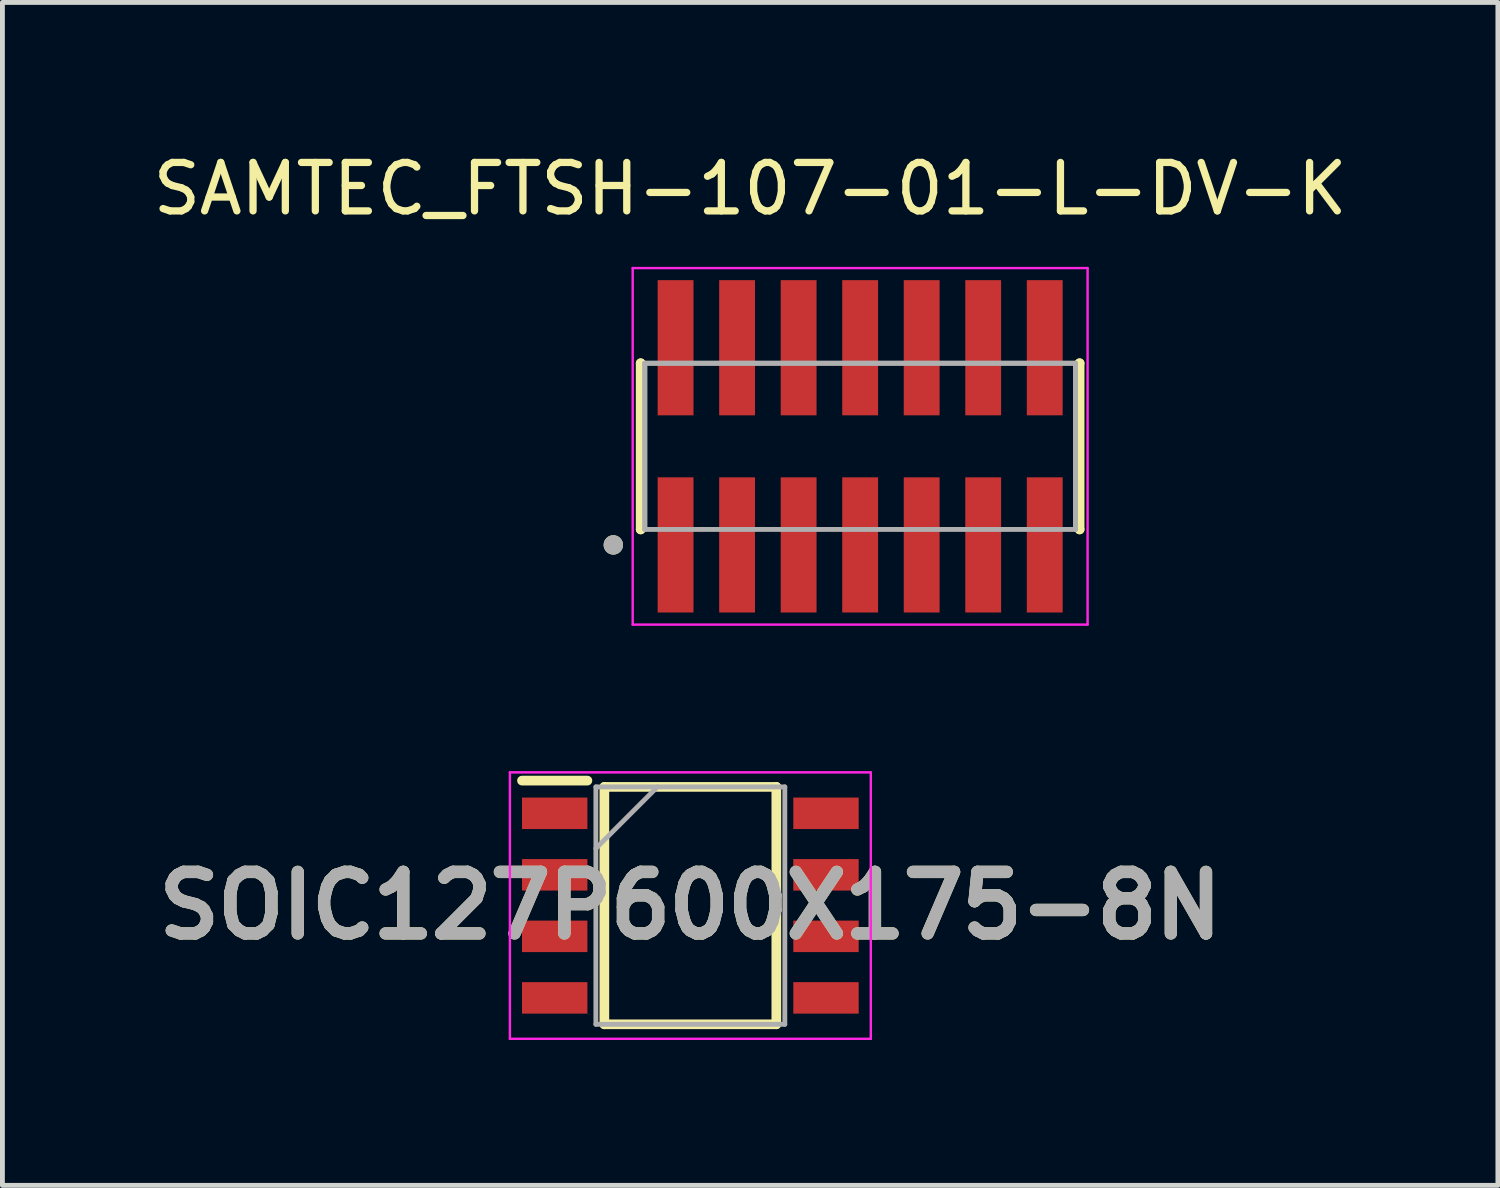
<source format=kicad_pcb>
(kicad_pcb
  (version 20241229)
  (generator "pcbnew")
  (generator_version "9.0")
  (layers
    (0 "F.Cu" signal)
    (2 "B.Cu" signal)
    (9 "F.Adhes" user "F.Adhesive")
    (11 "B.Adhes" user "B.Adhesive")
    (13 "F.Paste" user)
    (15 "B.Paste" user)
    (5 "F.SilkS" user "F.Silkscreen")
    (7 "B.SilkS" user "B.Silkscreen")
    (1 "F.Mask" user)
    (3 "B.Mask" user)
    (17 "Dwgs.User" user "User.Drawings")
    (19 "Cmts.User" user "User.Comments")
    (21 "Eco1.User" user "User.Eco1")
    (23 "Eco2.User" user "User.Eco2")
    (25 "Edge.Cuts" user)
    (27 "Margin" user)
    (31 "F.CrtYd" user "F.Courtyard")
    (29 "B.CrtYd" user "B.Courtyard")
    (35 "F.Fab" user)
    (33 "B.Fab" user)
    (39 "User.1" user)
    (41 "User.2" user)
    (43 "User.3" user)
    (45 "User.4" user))
  (footprint "SAMTEC_FTSH-107-01-L-DV-K"
    (layer "F.Cu")
    (at 14.705 6.163)
    (property "Reference" "SAMTEC_FTSH-107-01-L-DV-K" (at -2.27 -5.315 0) (layer "F.SilkS") (effects (font (size 1 1) (thickness 0.15))))
    (attr smd)
    (fp_line (start -4.53 -1.715) (end -4.53 -1.715) (stroke (width 0.2) (type solid)) (layer "F.SilkS"))
    (fp_line (start -4.53 1.715) (end -4.53 -1.715) (stroke (width 0.2) (type solid)) (layer "F.SilkS"))
    (fp_line (start -4.53 1.715) (end -4.53 1.715) (stroke (width 0.2) (type solid)) (layer "F.SilkS"))
    (fp_line (start 4.53 -1.715) (end 4.53 -1.715) (stroke (width 0.2) (type solid)) (layer "F.SilkS"))
    (fp_line (start 4.53 -1.715) (end 4.53 1.715) (stroke (width 0.2) (type solid)) (layer "F.SilkS"))
    (fp_line (start 4.53 1.715) (end 4.53 1.715) (stroke (width 0.2) (type solid)) (layer "F.SilkS"))
    (fp_circle (center -5.095 2.035) (end -4.995 2.035) (stroke (width 0.2) (type solid)) (fill no) (layer "F.SilkS"))
    (fp_line (start -4.695 -3.68) (end 4.695 -3.68) (stroke (width 0.05) (type solid)) (layer "F.CrtYd"))
    (fp_line (start -4.695 3.68) (end -4.695 -3.68) (stroke (width 0.05) (type solid)) (layer "F.CrtYd"))
    (fp_line (start 4.695 -3.68) (end 4.695 3.68) (stroke (width 0.05) (type solid)) (layer "F.CrtYd"))
    (fp_line (start 4.695 3.68) (end -4.695 3.68) (stroke (width 0.05) (type solid)) (layer "F.CrtYd"))
    (fp_line (start -4.445 -1.715) (end 4.445 -1.715) (stroke (width 0.1) (type solid)) (layer "F.Fab"))
    (fp_line (start -4.445 -1.715) (end 4.445 -1.715) (stroke (width 0.1) (type solid)) (layer "F.Fab"))
    (fp_line (start -4.445 1.715) (end -4.445 -1.715) (stroke (width 0.1) (type solid)) (layer "F.Fab"))
    (fp_line (start -4.445 1.715) (end -4.445 -1.715) (stroke (width 0.1) (type solid)) (layer "F.Fab"))
    (fp_line (start 4.445 -1.715) (end 4.445 1.715) (stroke (width 0.1) (type solid)) (layer "F.Fab"))
    (fp_line (start 4.445 -1.715) (end 4.445 1.715) (stroke (width 0.1) (type solid)) (layer "F.Fab"))
    (fp_line (start 4.445 1.715) (end -4.445 1.715) (stroke (width 0.1) (type solid)) (layer "F.Fab"))
    (fp_circle (center -5.095 2.035) (end -4.995 2.035) (stroke (width 0.2) (type solid)) (fill no) (layer "F.Fab"))
    (pad "01" smd rect (at -3.81 2.035) (size 0.74 2.79) (layers "F.Cu" "F.Mask" "F.Paste"))
    (pad "02" smd rect (at -3.81 -2.035) (size 0.74 2.79) (layers "F.Cu" "F.Mask" "F.Paste"))
    (pad "03" smd rect (at -2.54 2.035) (size 0.74 2.79) (layers "F.Cu" "F.Mask" "F.Paste"))
    (pad "04" smd rect (at -2.54 -2.035) (size 0.74 2.79) (layers "F.Cu" "F.Mask" "F.Paste"))
    (pad "05" smd rect (at -1.27 2.035) (size 0.74 2.79) (layers "F.Cu" "F.Mask" "F.Paste"))
    (pad "06" smd rect (at -1.27 -2.035) (size 0.74 2.79) (layers "F.Cu" "F.Mask" "F.Paste"))
    (pad "07" smd rect (at 0 2.035) (size 0.74 2.79) (layers "F.Cu" "F.Mask" "F.Paste"))
    (pad "08" smd rect (at 0 -2.035) (size 0.74 2.79) (layers "F.Cu" "F.Mask" "F.Paste"))
    (pad "09" smd rect (at 1.27 2.035) (size 0.74 2.79) (layers "F.Cu" "F.Mask" "F.Paste"))
    (pad "10" smd rect (at 1.27 -2.035) (size 0.74 2.79) (layers "F.Cu" "F.Mask" "F.Paste"))
    (pad "11" smd rect (at 2.54 2.035) (size 0.74 2.79) (layers "F.Cu" "F.Mask" "F.Paste"))
    (pad "12" smd rect (at 2.54 -2.035) (size 0.74 2.79) (layers "F.Cu" "F.Mask" "F.Paste"))
    (pad "13" smd rect (at 3.81 2.035) (size 0.74 2.79) (layers "F.Cu" "F.Mask" "F.Paste"))
    (pad "14" smd rect (at 3.81 -2.035) (size 0.74 2.79) (layers "F.Cu" "F.Mask" "F.Paste")))
  (footprint "SOIC127P600X175-8N"
    (layer "F.Cu")
    (at 11.2 15.643)
    (property "Reference" "SOIC127P600X175-8N" (at 0 0 0) (layer "F.SilkS") (effects (font (size 1.27 1.27) (thickness 0.254))))
    (attr smd)
    (fp_line (start -3.475 -2.58) (end -2.125 -2.58) (stroke (width 0.2) (type solid)) (layer "F.SilkS"))
    (fp_line (start -1.775 -2.45) (end 1.775 -2.45) (stroke (width 0.2) (type solid)) (layer "F.SilkS"))
    (fp_line (start -1.775 2.45) (end -1.775 -2.45) (stroke (width 0.2) (type solid)) (layer "F.SilkS"))
    (fp_line (start 1.775 -2.45) (end 1.775 2.45) (stroke (width 0.2) (type solid)) (layer "F.SilkS"))
    (fp_line (start 1.775 2.45) (end -1.775 2.45) (stroke (width 0.2) (type solid)) (layer "F.SilkS"))
    (fp_line (start -3.725 -2.75) (end 3.725 -2.75) (stroke (width 0.05) (type solid)) (layer "F.CrtYd"))
    (fp_line (start -3.725 2.75) (end -3.725 -2.75) (stroke (width 0.05) (type solid)) (layer "F.CrtYd"))
    (fp_line (start 3.725 -2.75) (end 3.725 2.75) (stroke (width 0.05) (type solid)) (layer "F.CrtYd"))
    (fp_line (start 3.725 2.75) (end -3.725 2.75) (stroke (width 0.05) (type solid)) (layer "F.CrtYd"))
    (fp_line (start -1.95 -2.45) (end 1.95 -2.45) (stroke (width 0.1) (type solid)) (layer "F.Fab"))
    (fp_line (start -1.95 -1.18) (end -0.68 -2.45) (stroke (width 0.1) (type solid)) (layer "F.Fab"))
    (fp_line (start -1.95 2.45) (end -1.95 -2.45) (stroke (width 0.1) (type solid)) (layer "F.Fab"))
    (fp_line (start 1.95 -2.45) (end 1.95 2.45) (stroke (width 0.1) (type solid)) (layer "F.Fab"))
    (fp_line (start 1.95 2.45) (end -1.95 2.45) (stroke (width 0.1) (type solid)) (layer "F.Fab"))
    (fp_text user "${REFERENCE}" (at 0 0 0) (layer "F.Fab") (effects (font (size 1.27 1.27) (thickness 0.254))))
    (pad "1" smd rect (at -2.8 -1.905 90) (size 0.65 1.35) (layers "F.Cu" "F.Mask" "F.Paste"))
    (pad "2" smd rect (at -2.8 -0.635 90) (size 0.65 1.35) (layers "F.Cu" "F.Mask" "F.Paste"))
    (pad "3" smd rect (at -2.8 0.635 90) (size 0.65 1.35) (layers "F.Cu" "F.Mask" "F.Paste"))
    (pad "4" smd rect (at -2.8 1.905 90) (size 0.65 1.35) (layers "F.Cu" "F.Mask" "F.Paste"))
    (pad "5" smd rect (at 2.8 1.905 90) (size 0.65 1.35) (layers "F.Cu" "F.Mask" "F.Paste"))
    (pad "6" smd rect (at 2.8 0.635 90) (size 0.65 1.35) (layers "F.Cu" "F.Mask" "F.Paste"))
    (pad "7" smd rect (at 2.8 -0.635 90) (size 0.65 1.35) (layers "F.Cu" "F.Mask" "F.Paste"))
    (pad "8" smd rect (at 2.8 -1.905 90) (size 0.65 1.35) (layers "F.Cu" "F.Mask" "F.Paste")))
  (gr_rect
    (start -3 -3)
    (end 27.869 21.418)
    (stroke (width 0.1) (type default))
    (fill no)
    (layer "Edge.Cuts")))
</source>
